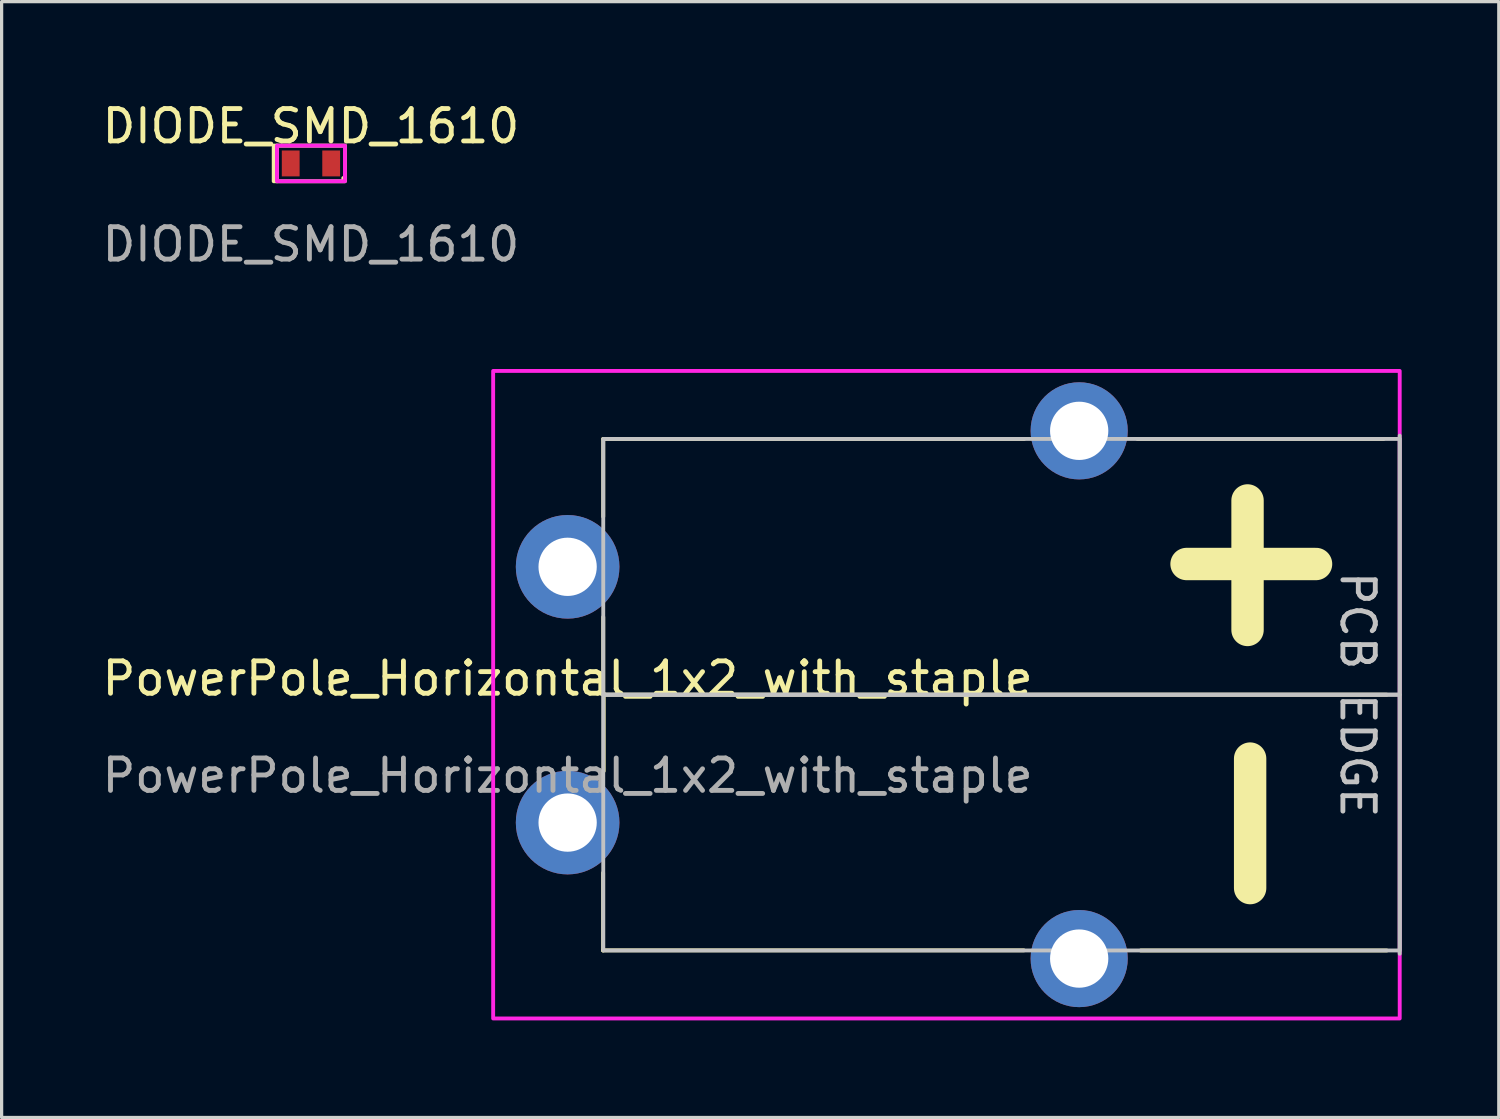
<source format=kicad_pcb>
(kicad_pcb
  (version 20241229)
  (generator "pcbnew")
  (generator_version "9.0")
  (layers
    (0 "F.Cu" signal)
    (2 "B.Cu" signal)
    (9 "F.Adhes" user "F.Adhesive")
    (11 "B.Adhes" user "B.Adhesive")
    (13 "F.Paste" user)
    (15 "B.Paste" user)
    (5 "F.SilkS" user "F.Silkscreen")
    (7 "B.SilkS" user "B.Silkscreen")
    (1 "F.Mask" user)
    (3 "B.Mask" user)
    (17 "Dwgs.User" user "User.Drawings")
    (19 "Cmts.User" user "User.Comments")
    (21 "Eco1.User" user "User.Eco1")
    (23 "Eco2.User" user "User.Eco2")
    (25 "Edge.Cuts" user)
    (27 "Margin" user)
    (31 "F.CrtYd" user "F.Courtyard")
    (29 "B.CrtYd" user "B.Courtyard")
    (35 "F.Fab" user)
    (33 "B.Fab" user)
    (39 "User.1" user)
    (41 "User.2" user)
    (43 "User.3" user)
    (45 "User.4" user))
  (footprint "PowerPole_Horizontal_1x2_with_staple"
    (layer "F.Cu")
    (at 14.482 18.407)
    (property "Reference" "PowerPole_Horizontal_1x2_with_staple" (at 0 -0.5 0) (unlocked yes) (layer "F.SilkS") (effects (font (size 1 1) (thickness 0.15))))
    (fp_line (start 1.09 7.896) (end 14.09 7.896) (stroke (width 0.12) (type solid)) (layer "F.SilkS"))
    (fp_line (start 1.096 5.502) (end 1.096 7.902) (stroke (width 0.12) (type solid)) (layer "F.SilkS"))
    (fp_line (start 1.1 -7.9) (end 14.1 -7.9) (stroke (width 0.12) (type solid)) (layer "F.SilkS"))
    (fp_line (start 1.1 -5.5) (end 1.1 -7.9) (stroke (width 0.12) (type solid)) (layer "F.SilkS"))
    (fp_line (start 1.1 0) (end 1.1 -2.4) (stroke (width 0.12) (type solid)) (layer "F.SilkS"))
    (fp_line (start 1.114 2.359) (end 1.114 -0.041) (stroke (width 0.12) (type solid)) (layer "F.SilkS"))
    (fp_line (start 17.6 -7.9) (end 25.2 -7.9) (stroke (width 0.12) (type solid)) (layer "F.SilkS"))
    (fp_line (start 17.7 7.9) (end 25.3 7.9) (stroke (width 0.12) (type solid)) (layer "F.SilkS"))
    (fp_line (start 19.116 -4.037) (end 23.116 -4.037) (stroke (width 1) (type solid)) (layer "F.SilkS"))
    (fp_line (start 21 -6) (end 21 -2) (stroke (width 1) (type solid)) (layer "F.SilkS"))
    (fp_line (start 21.08 5.973) (end 21.08 1.973) (stroke (width 1) (type solid)) (layer "F.SilkS"))
    (fp_line (start 25.3 0) (end 1.1 0) (stroke (width 0.12) (type solid)) (layer "F.SilkS"))
    (fp_line (start 25.7 -8) (end 25.7 8) (stroke (width 0.12) (type solid)) (layer "Dwgs.User"))
    (fp_rect (start 1.1 -7.9) (end 25.7 0) (stroke (width 0.12) (type solid)) (fill no) (layer "Dwgs.User"))
    (fp_rect (start 1.1 0) (end 25.7 7.9) (stroke (width 0.12) (type solid)) (fill no) (layer "Dwgs.User"))
    (fp_rect (start 25.7 -10) (end -2.3 10) (stroke (width 0.12) (type solid)) (fill no) (layer "F.CrtYd"))
    (fp_text user "PCB EDGE" (at 24.4 0 270) (unlocked yes) (layer "Dwgs.User") (effects (font (size 1 1) (thickness 0.15))))
    (fp_text user "${REFERENCE}" (at 0 2.5 0) (unlocked yes) (layer "F.Fab") (effects (font (size 1 1) (thickness 0.15))))
    (pad "1" thru_hole circle (at 0 -3.95) (size 3.2 3.2) (drill 1.8) (layers "*.Cu" "*.Mask"))
    (pad "2" thru_hole circle (at 0 3.95) (size 3.2 3.2) (drill 1.8) (layers "*.Cu" "*.Mask"))
    (pad "3" thru_hole circle (at 15.8 -8.15) (size 3 3) (drill 1.8) (layers "*.Cu" "*.Mask"))
    (pad "3" thru_hole circle (at 15.8 8.15) (size 3 3) (drill 1.8) (layers "*.Cu" "*.Mask")))
  (footprint "DIODE_SMD_1610"
    (layer "F.Cu")
    (at 6.554 1.998)
    (property "Reference" "DIODE_SMD_1610" (at 0 -1.15 0) (unlocked yes) (layer "F.SilkS") (effects (font (size 1 1) (thickness 0.15))))
    (fp_rect (start -1.15 -0.55) (end -1.05 0.55) (stroke (width 0.12) (type solid)) (fill no) (layer "F.SilkS"))
    (fp_rect (start -1.05 -0.55) (end 1.05 0.55) (stroke (width 0.12) (type solid)) (fill no) (layer "F.SilkS"))
    (fp_rect (start 1 0.45) (end 1 0.5) (stroke (width 0.12) (type solid)) (fill no) (layer "F.SilkS"))
    (fp_rect (start -1.05 -0.55) (end 1.05 0.55) (stroke (width 0.12) (type solid)) (fill no) (layer "F.CrtYd"))
    (fp_text user "${REFERENCE}" (at 0 2.5 0) (unlocked yes) (layer "F.Fab") (effects (font (size 1 1) (thickness 0.15))))
    (pad "1" smd rect (at -0.625 0) (size 0.55 0.8) (layers "F.Cu" "F.Mask" "F.Paste"))
    (pad "2" smd rect (at 0.625 0) (size 0.55 0.8) (layers "F.Cu" "F.Mask" "F.Paste")))
  (gr_rect
    (start -3 -3)
    (end 43.242 31.466)
    (stroke (width 0.1) (type default))
    (fill no)
    (layer "Edge.Cuts")))
</source>
